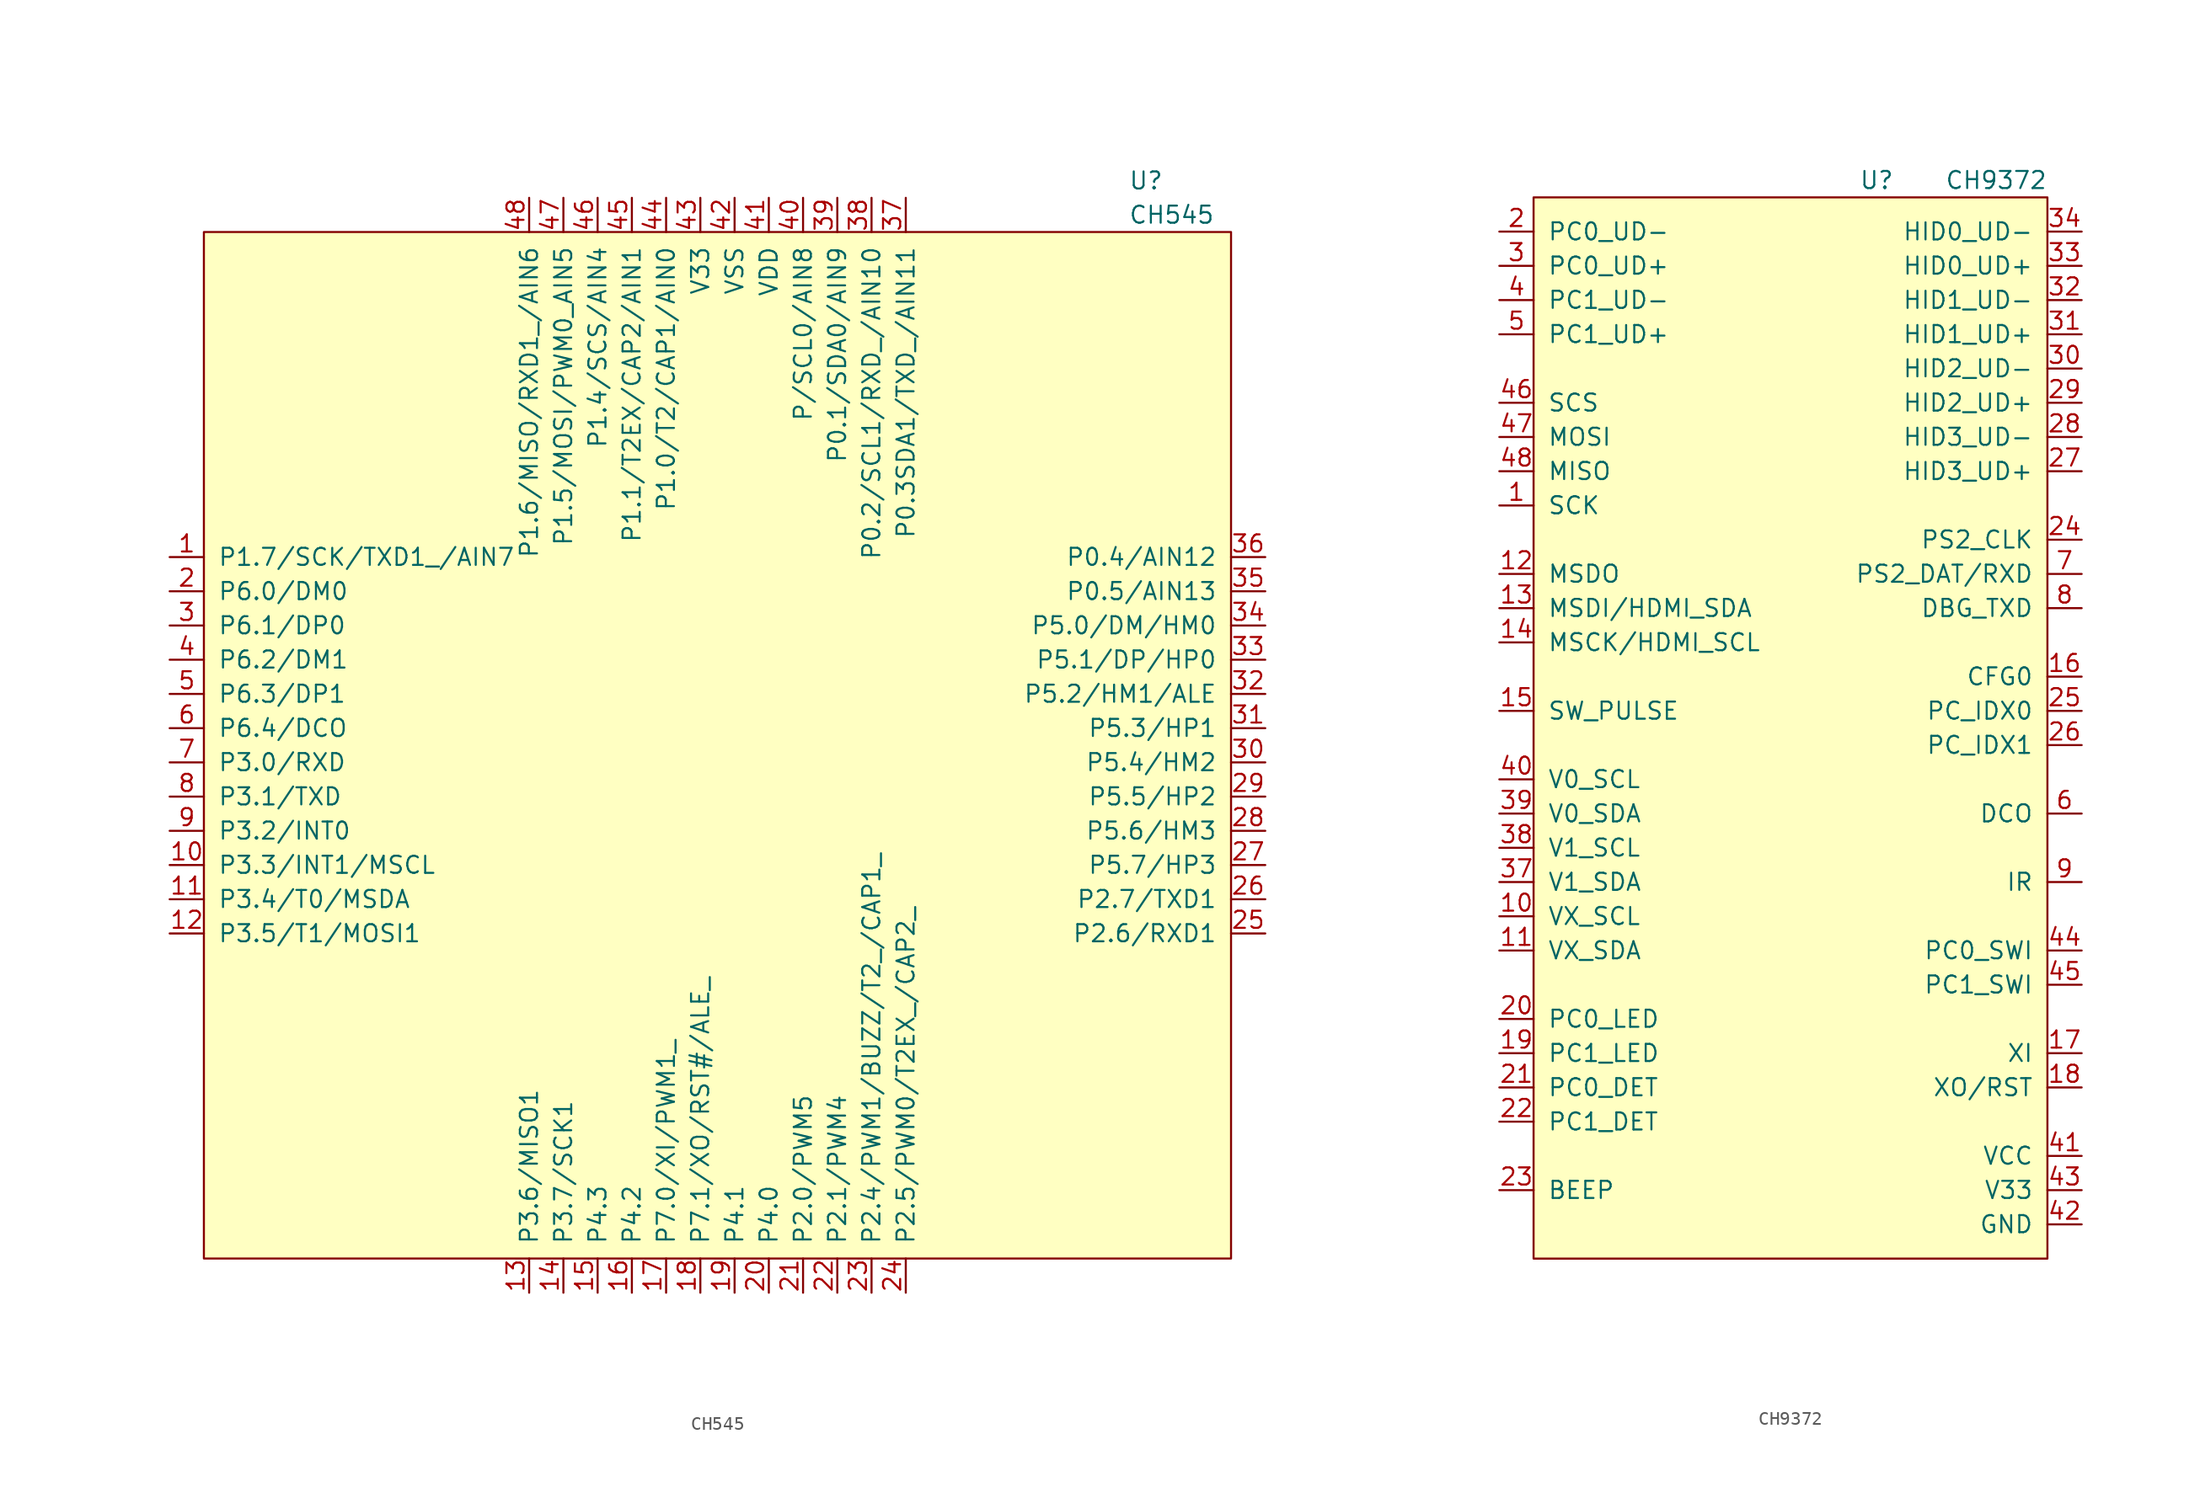
<source format=kicad_sym>
(kicad_symbol_lib
  (version 20220914)
  (generator kicad_symbol_editor)
  (symbol "CH545"
    (pin_names
      (offset 1.016))
    (property "Reference" "U"
      (at 30.48 41.91 0)
      (effects (font (size 1.27 1.27)) (justify left)))
    (property "Value" "CH545"
      (at 30.48 39.37 0)
      (effects (font (size 1.27 1.27)) (justify left)))
    (symbol "CH545_0_1"
      (rectangle (start -38.1 38.1) (end 38.1 -38.1) (stroke (width 0) (type default)) (fill (type background))))
    (symbol "CH545_1_1"
      (pin bidirectional line (at -40.64 13.97 0) (length 2.54) (name "P1.7/SCK/TXD1_/AIN7" (effects (font (size 1.27 1.27)))) (number "1" (effects (font (size 1.27 1.27)))))
      (pin bidirectional line (at -40.64 -8.89 0) (length 2.54) (name "P3.3/INT1/MSCL" (effects (font (size 1.27 1.27)))) (number "10" (effects (font (size 1.27 1.27)))))
      (pin bidirectional line (at -40.64 -11.43 0) (length 2.54) (name "P3.4/T0/MSDA" (effects (font (size 1.27 1.27)))) (number "11" (effects (font (size 1.27 1.27)))))
      (pin bidirectional line (at -40.64 -13.97 0) (length 2.54) (name "P3.5/T1/MOSI1" (effects (font (size 1.27 1.27)))) (number "12" (effects (font (size 1.27 1.27)))))
      (pin bidirectional line (at -13.97 -40.64 90) (length 2.54) (name "P3.6/MISO1" (effects (font (size 1.27 1.27)))) (number "13" (effects (font (size 1.27 1.27)))))
      (pin bidirectional line (at -11.43 -40.64 90) (length 2.54) (name "P3.7/SCK1" (effects (font (size 1.27 1.27)))) (number "14" (effects (font (size 1.27 1.27)))))
      (pin bidirectional line (at -8.89 -40.64 90) (length 2.54) (name "P4.3" (effects (font (size 1.27 1.27)))) (number "15" (effects (font (size 1.27 1.27)))))
      (pin bidirectional line (at -6.35 -40.64 90) (length 2.54) (name "P4.2" (effects (font (size 1.27 1.27)))) (number "16" (effects (font (size 1.27 1.27)))))
      (pin bidirectional line (at -3.81 -40.64 90) (length 2.54) (name "P7.0/XI/PWM1_" (effects (font (size 1.27 1.27)))) (number "17" (effects (font (size 1.27 1.27)))))
      (pin bidirectional line (at -1.27 -40.64 90) (length 2.54) (name "P7.1/XO/RST#/ALE_" (effects (font (size 1.27 1.27)))) (number "18" (effects (font (size 1.27 1.27)))))
      (pin bidirectional line (at 1.27 -40.64 90) (length 2.54) (name "P4.1" (effects (font (size 1.27 1.27)))) (number "19" (effects (font (size 1.27 1.27)))))
      (pin bidirectional line (at -40.64 11.43 0) (length 2.54) (name "P6.0/DM0" (effects (font (size 1.27 1.27)))) (number "2" (effects (font (size 1.27 1.27)))))
      (pin bidirectional line (at 3.81 -40.64 90) (length 2.54) (name "P4.0" (effects (font (size 1.27 1.27)))) (number "20" (effects (font (size 1.27 1.27)))))
      (pin bidirectional line (at 6.35 -40.64 90) (length 2.54) (name "P2.0/PWM5" (effects (font (size 1.27 1.27)))) (number "21" (effects (font (size 1.27 1.27)))))
      (pin bidirectional line (at 8.89 -40.64 90) (length 2.54) (name "P2.1/PWM4" (effects (font (size 1.27 1.27)))) (number "22" (effects (font (size 1.27 1.27)))))
      (pin output line (at 11.43 -40.64 90) (length 2.54) (name "P2.4/PWM1/BUZZ/T2_/CAP1_" (effects (font (size 1.27 1.27)))) (number "23" (effects (font (size 1.27 1.27)))))
      (pin bidirectional line (at 13.97 -40.64 90) (length 2.54) (name "P2.5/PWM0/T2EX_/CAP2_" (effects (font (size 1.27 1.27)))) (number "24" (effects (font (size 1.27 1.27)))))
      (pin bidirectional line (at 40.64 -13.97 180) (length 2.54) (name "P2.6/RXD1" (effects (font (size 1.27 1.27)))) (number "25" (effects (font (size 1.27 1.27)))))
      (pin bidirectional line (at 40.64 -11.43 180) (length 2.54) (name "P2.7/TXD1" (effects (font (size 1.27 1.27)))) (number "26" (effects (font (size 1.27 1.27)))))
      (pin bidirectional line (at 40.64 -8.89 180) (length 2.54) (name "P5.7/HP3" (effects (font (size 1.27 1.27)))) (number "27" (effects (font (size 1.27 1.27)))))
      (pin bidirectional line (at 40.64 -6.35 180) (length 2.54) (name "P5.6/HM3" (effects (font (size 1.27 1.27)))) (number "28" (effects (font (size 1.27 1.27)))))
      (pin bidirectional line (at 40.64 -3.81 180) (length 2.54) (name "P5.5/HP2" (effects (font (size 1.27 1.27)))) (number "29" (effects (font (size 1.27 1.27)))))
      (pin bidirectional line (at -40.64 8.89 0) (length 2.54) (name "P6.1/DP0" (effects (font (size 1.27 1.27)))) (number "3" (effects (font (size 1.27 1.27)))))
      (pin bidirectional line (at 40.64 -1.27 180) (length 2.54) (name "P5.4/HM2" (effects (font (size 1.27 1.27)))) (number "30" (effects (font (size 1.27 1.27)))))
      (pin bidirectional line (at 40.64 1.27 180) (length 2.54) (name "P5.3/HP1" (effects (font (size 1.27 1.27)))) (number "31" (effects (font (size 1.27 1.27)))))
      (pin bidirectional line (at 40.64 3.81 180) (length 2.54) (name "P5.2/HM1/ALE" (effects (font (size 1.27 1.27)))) (number "32" (effects (font (size 1.27 1.27)))))
      (pin bidirectional line (at 40.64 6.35 180) (length 2.54) (name "P5.1/DP/HP0" (effects (font (size 1.27 1.27)))) (number "33" (effects (font (size 1.27 1.27)))))
      (pin bidirectional line (at 40.64 8.89 180) (length 2.54) (name "P5.0/DM/HM0" (effects (font (size 1.27 1.27)))) (number "34" (effects (font (size 1.27 1.27)))))
      (pin bidirectional line (at 40.64 11.43 180) (length 2.54) (name "P0.5/AIN13" (effects (font (size 1.27 1.27)))) (number "35" (effects (font (size 1.27 1.27)))))
      (pin bidirectional line (at 40.64 13.97 180) (length 2.54) (name "P0.4/AIN12" (effects (font (size 1.27 1.27)))) (number "36" (effects (font (size 1.27 1.27)))))
      (pin bidirectional line (at 13.97 40.64 270) (length 2.54) (name "P0.3SDA1/TXD_/AIN11" (effects (font (size 1.27 1.27)))) (number "37" (effects (font (size 1.27 1.27)))))
      (pin bidirectional line (at 11.43 40.64 270) (length 2.54) (name "P0.2/SCL1/RXD_/AIN10" (effects (font (size 1.27 1.27)))) (number "38" (effects (font (size 1.27 1.27)))))
      (pin bidirectional line (at 8.89 40.64 270) (length 2.54) (name "P0.1/SDA0/AIN9" (effects (font (size 1.27 1.27)))) (number "39" (effects (font (size 1.27 1.27)))))
      (pin bidirectional line (at -40.64 6.35 0) (length 2.54) (name "P6.2/DM1" (effects (font (size 1.27 1.27)))) (number "4" (effects (font (size 1.27 1.27)))))
      (pin bidirectional line (at 6.35 40.64 270) (length 2.54) (name "P/SCL0/AIN8" (effects (font (size 1.27 1.27)))) (number "40" (effects (font (size 1.27 1.27)))))
      (pin power_in line (at 3.81 40.64 270) (length 2.54) (name "VDD" (effects (font (size 1.27 1.27)))) (number "41" (effects (font (size 1.27 1.27)))))
      (pin power_in line (at 1.27 40.64 270) (length 2.54) (name "VSS" (effects (font (size 1.27 1.27)))) (number "42" (effects (font (size 1.27 1.27)))))
      (pin power_in line (at -1.27 40.64 270) (length 2.54) (name "V33" (effects (font (size 1.27 1.27)))) (number "43" (effects (font (size 1.27 1.27)))))
      (pin bidirectional line (at -3.81 40.64 270) (length 2.54) (name "P1.0/T2/CAP1/AIN0" (effects (font (size 1.27 1.27)))) (number "44" (effects (font (size 1.27 1.27)))))
      (pin bidirectional line (at -6.35 40.64 270) (length 2.54) (name "P1.1/T2EX/CAP2/AIN1" (effects (font (size 1.27 1.27)))) (number "45" (effects (font (size 1.27 1.27)))))
      (pin bidirectional line (at -8.89 40.64 270) (length 2.54) (name "P1.4/SCS/AIN4" (effects (font (size 1.27 1.27)))) (number "46" (effects (font (size 1.27 1.27)))))
      (pin output line (at -11.43 40.64 270) (length 2.54) (name "P1.5/MOSI/PWM0_AIN5" (effects (font (size 1.27 1.27)))) (number "47" (effects (font (size 1.27 1.27)))))
      (pin output line (at -13.97 40.64 270) (length 2.54) (name "P1.6/MISO/RXD1_/AIN6" (effects (font (size 1.27 1.27)))) (number "48" (effects (font (size 1.27 1.27)))))
      (pin bidirectional line (at -40.64 3.81 0) (length 2.54) (name "P6.3/DP1" (effects (font (size 1.27 1.27)))) (number "5" (effects (font (size 1.27 1.27)))))
      (pin bidirectional line (at -40.64 1.27 0) (length 2.54) (name "P6.4/DCO" (effects (font (size 1.27 1.27)))) (number "6" (effects (font (size 1.27 1.27)))))
      (pin bidirectional line (at -40.64 -1.27 0) (length 2.54) (name "P3.0/RXD" (effects (font (size 1.27 1.27)))) (number "7" (effects (font (size 1.27 1.27)))))
      (pin bidirectional line (at -40.64 -3.81 0) (length 2.54) (name "P3.1/TXD" (effects (font (size 1.27 1.27)))) (number "8" (effects (font (size 1.27 1.27)))))
      (pin bidirectional line (at -40.64 -6.35 0) (length 2.54) (name "P3.2/INT0" (effects (font (size 1.27 1.27)))) (number "9" (effects (font (size 1.27 1.27)))))))
  (symbol "CH9372"
    (pin_names
      (offset 1.016))
    (property "Reference" "U"
      (at 5.08 39.37 0)
      (effects (font (size 1.27 1.27)) (justify left)))
    (property "Value" "CH9372"
      (at 11.43 39.37 0)
      (effects (font (size 1.27 1.27)) (justify left)))
    (symbol "CH9372_0_1"
      (rectangle (start -19.05 38.1) (end 19.05 -40.64) (stroke (width 0) (type default)) (fill (type background))))
    (symbol "CH9372_1_1"
      (pin output line (at -21.59 15.24 0) (length 2.54) (name "SCK" (effects (font (size 1.27 1.27)))) (number "1" (effects (font (size 1.27 1.27)))))
      (pin output line (at -21.59 -15.24 0) (length 2.54) (name "VX_SCL" (effects (font (size 1.27 1.27)))) (number "10" (effects (font (size 1.27 1.27)))))
      (pin bidirectional line (at -21.59 -17.78 0) (length 2.54) (name "VX_SDA" (effects (font (size 1.27 1.27)))) (number "11" (effects (font (size 1.27 1.27)))))
      (pin output line (at -21.59 10.16 0) (length 2.54) (name "MSDO" (effects (font (size 1.27 1.27)))) (number "12" (effects (font (size 1.27 1.27)))))
      (pin bidirectional line (at -21.59 7.62 0) (length 2.54) (name "MSDI/HDMI_SDA" (effects (font (size 1.27 1.27)))) (number "13" (effects (font (size 1.27 1.27)))))
      (pin output line (at -21.59 5.08 0) (length 2.54) (name "MSCK/HDMI_SCL" (effects (font (size 1.27 1.27)))) (number "14" (effects (font (size 1.27 1.27)))))
      (pin output line (at -21.59 0 0) (length 2.54) (name "SW_PULSE" (effects (font (size 1.27 1.27)))) (number "15" (effects (font (size 1.27 1.27)))))
      (pin input line (at 21.59 2.54 180) (length 2.54) (name "CFG0" (effects (font (size 1.27 1.27)))) (number "16" (effects (font (size 1.27 1.27)))))
      (pin input line (at 21.59 -25.4 180) (length 2.54) (name "XI" (effects (font (size 1.27 1.27)))) (number "17" (effects (font (size 1.27 1.27)))))
      (pin bidirectional line (at 21.59 -27.94 180) (length 2.54) (name "XO/RST" (effects (font (size 1.27 1.27)))) (number "18" (effects (font (size 1.27 1.27)))))
      (pin output line (at -21.59 -25.4 0) (length 2.54) (name "PC1_LED" (effects (font (size 1.27 1.27)))) (number "19" (effects (font (size 1.27 1.27)))))
      (pin bidirectional line (at -21.59 35.56 0) (length 2.54) (name "PC0_UD-" (effects (font (size 1.27 1.27)))) (number "2" (effects (font (size 1.27 1.27)))))
      (pin output line (at -21.59 -22.86 0) (length 2.54) (name "PC0_LED" (effects (font (size 1.27 1.27)))) (number "20" (effects (font (size 1.27 1.27)))))
      (pin output line (at -21.59 -27.94 0) (length 2.54) (name "PC0_DET" (effects (font (size 1.27 1.27)))) (number "21" (effects (font (size 1.27 1.27)))))
      (pin output line (at -21.59 -30.48 0) (length 2.54) (name "PC1_DET" (effects (font (size 1.27 1.27)))) (number "22" (effects (font (size 1.27 1.27)))))
      (pin output line (at -21.59 -35.56 0) (length 2.54) (name "BEEP" (effects (font (size 1.27 1.27)))) (number "23" (effects (font (size 1.27 1.27)))))
      (pin bidirectional line (at 21.59 12.7 180) (length 2.54) (name "PS2_CLK" (effects (font (size 1.27 1.27)))) (number "24" (effects (font (size 1.27 1.27)))))
      (pin input line (at 21.59 0 180) (length 2.54) (name "PC_IDX0" (effects (font (size 1.27 1.27)))) (number "25" (effects (font (size 1.27 1.27)))))
      (pin input line (at 21.59 -2.54 180) (length 2.54) (name "PC_IDX1" (effects (font (size 1.27 1.27)))) (number "26" (effects (font (size 1.27 1.27)))))
      (pin bidirectional line (at 21.59 17.78 180) (length 2.54) (name "HID3_UD+" (effects (font (size 1.27 1.27)))) (number "27" (effects (font (size 1.27 1.27)))))
      (pin bidirectional line (at 21.59 20.32 180) (length 2.54) (name "HID3_UD-" (effects (font (size 1.27 1.27)))) (number "28" (effects (font (size 1.27 1.27)))))
      (pin bidirectional line (at 21.59 22.86 180) (length 2.54) (name "HID2_UD+" (effects (font (size 1.27 1.27)))) (number "29" (effects (font (size 1.27 1.27)))))
      (pin bidirectional line (at -21.59 33.02 0) (length 2.54) (name "PC0_UD+" (effects (font (size 1.27 1.27)))) (number "3" (effects (font (size 1.27 1.27)))))
      (pin bidirectional line (at 21.59 25.4 180) (length 2.54) (name "HID2_UD-" (effects (font (size 1.27 1.27)))) (number "30" (effects (font (size 1.27 1.27)))))
      (pin bidirectional line (at 21.59 27.94 180) (length 2.54) (name "HID1_UD+" (effects (font (size 1.27 1.27)))) (number "31" (effects (font (size 1.27 1.27)))))
      (pin bidirectional line (at 21.59 30.48 180) (length 2.54) (name "HID1_UD-" (effects (font (size 1.27 1.27)))) (number "32" (effects (font (size 1.27 1.27)))))
      (pin bidirectional line (at 21.59 33.02 180) (length 2.54) (name "HID0_UD+" (effects (font (size 1.27 1.27)))) (number "33" (effects (font (size 1.27 1.27)))))
      (pin bidirectional line (at 21.59 35.56 180) (length 2.54) (name "HID0_UD-" (effects (font (size 1.27 1.27)))) (number "34" (effects (font (size 1.27 1.27)))))
      (pin no_connect line (at 1.27 -43.18 90) (length 2.54) hide (name "NC" (effects (font (size 1.27 1.27)))) (number "35" (effects (font (size 1.27 1.27)))))
      (pin no_connect line (at 3.81 -43.18 90) (length 2.54) hide (name "NC" (effects (font (size 1.27 1.27)))) (number "36" (effects (font (size 1.27 1.27)))))
      (pin bidirectional line (at -21.59 -12.7 0) (length 2.54) (name "V1_SDA" (effects (font (size 1.27 1.27)))) (number "37" (effects (font (size 1.27 1.27)))))
      (pin output line (at -21.59 -10.16 0) (length 2.54) (name "V1_SCL" (effects (font (size 1.27 1.27)))) (number "38" (effects (font (size 1.27 1.27)))))
      (pin bidirectional line (at -21.59 -7.62 0) (length 2.54) (name "V0_SDA" (effects (font (size 1.27 1.27)))) (number "39" (effects (font (size 1.27 1.27)))))
      (pin bidirectional line (at -21.59 30.48 0) (length 2.54) (name "PC1_UD-" (effects (font (size 1.27 1.27)))) (number "4" (effects (font (size 1.27 1.27)))))
      (pin output line (at -21.59 -5.08 0) (length 2.54) (name "V0_SCL" (effects (font (size 1.27 1.27)))) (number "40" (effects (font (size 1.27 1.27)))))
      (pin power_in line (at 21.59 -33.02 180) (length 2.54) (name "VCC" (effects (font (size 1.27 1.27)))) (number "41" (effects (font (size 1.27 1.27)))))
      (pin power_in line (at 21.59 -38.1 180) (length 2.54) (name "GND" (effects (font (size 1.27 1.27)))) (number "42" (effects (font (size 1.27 1.27)))))
      (pin power_in line (at 21.59 -35.56 180) (length 2.54) (name "V33" (effects (font (size 1.27 1.27)))) (number "43" (effects (font (size 1.27 1.27)))))
      (pin input line (at 21.59 -17.78 180) (length 2.54) (name "PC0_SWI" (effects (font (size 1.27 1.27)))) (number "44" (effects (font (size 1.27 1.27)))))
      (pin input line (at 21.59 -20.32 180) (length 2.54) (name "PC1_SWI" (effects (font (size 1.27 1.27)))) (number "45" (effects (font (size 1.27 1.27)))))
      (pin output line (at -21.59 22.86 0) (length 2.54) (name "SCS" (effects (font (size 1.27 1.27)))) (number "46" (effects (font (size 1.27 1.27)))))
      (pin output line (at -21.59 20.32 0) (length 2.54) (name "MOSI" (effects (font (size 1.27 1.27)))) (number "47" (effects (font (size 1.27 1.27)))))
      (pin output line (at -21.59 17.78 0) (length 2.54) (name "MISO" (effects (font (size 1.27 1.27)))) (number "48" (effects (font (size 1.27 1.27)))))
      (pin bidirectional line (at -21.59 27.94 0) (length 2.54) (name "PC1_UD+" (effects (font (size 1.27 1.27)))) (number "5" (effects (font (size 1.27 1.27)))))
      (pin output line (at 21.59 -7.62 180) (length 2.54) (name "DCO" (effects (font (size 1.27 1.27)))) (number "6" (effects (font (size 1.27 1.27)))))
      (pin bidirectional line (at 21.59 10.16 180) (length 2.54) (name "PS2_DAT/RXD" (effects (font (size 1.27 1.27)))) (number "7" (effects (font (size 1.27 1.27)))))
      (pin output line (at 21.59 7.62 180) (length 2.54) (name "DBG_TXD" (effects (font (size 1.27 1.27)))) (number "8" (effects (font (size 1.27 1.27)))))
      (pin input line (at 21.59 -12.7 180) (length 2.54) (name "IR" (effects (font (size 1.27 1.27)))) (number "9" (effects (font (size 1.27 1.27))))))))
</source>
